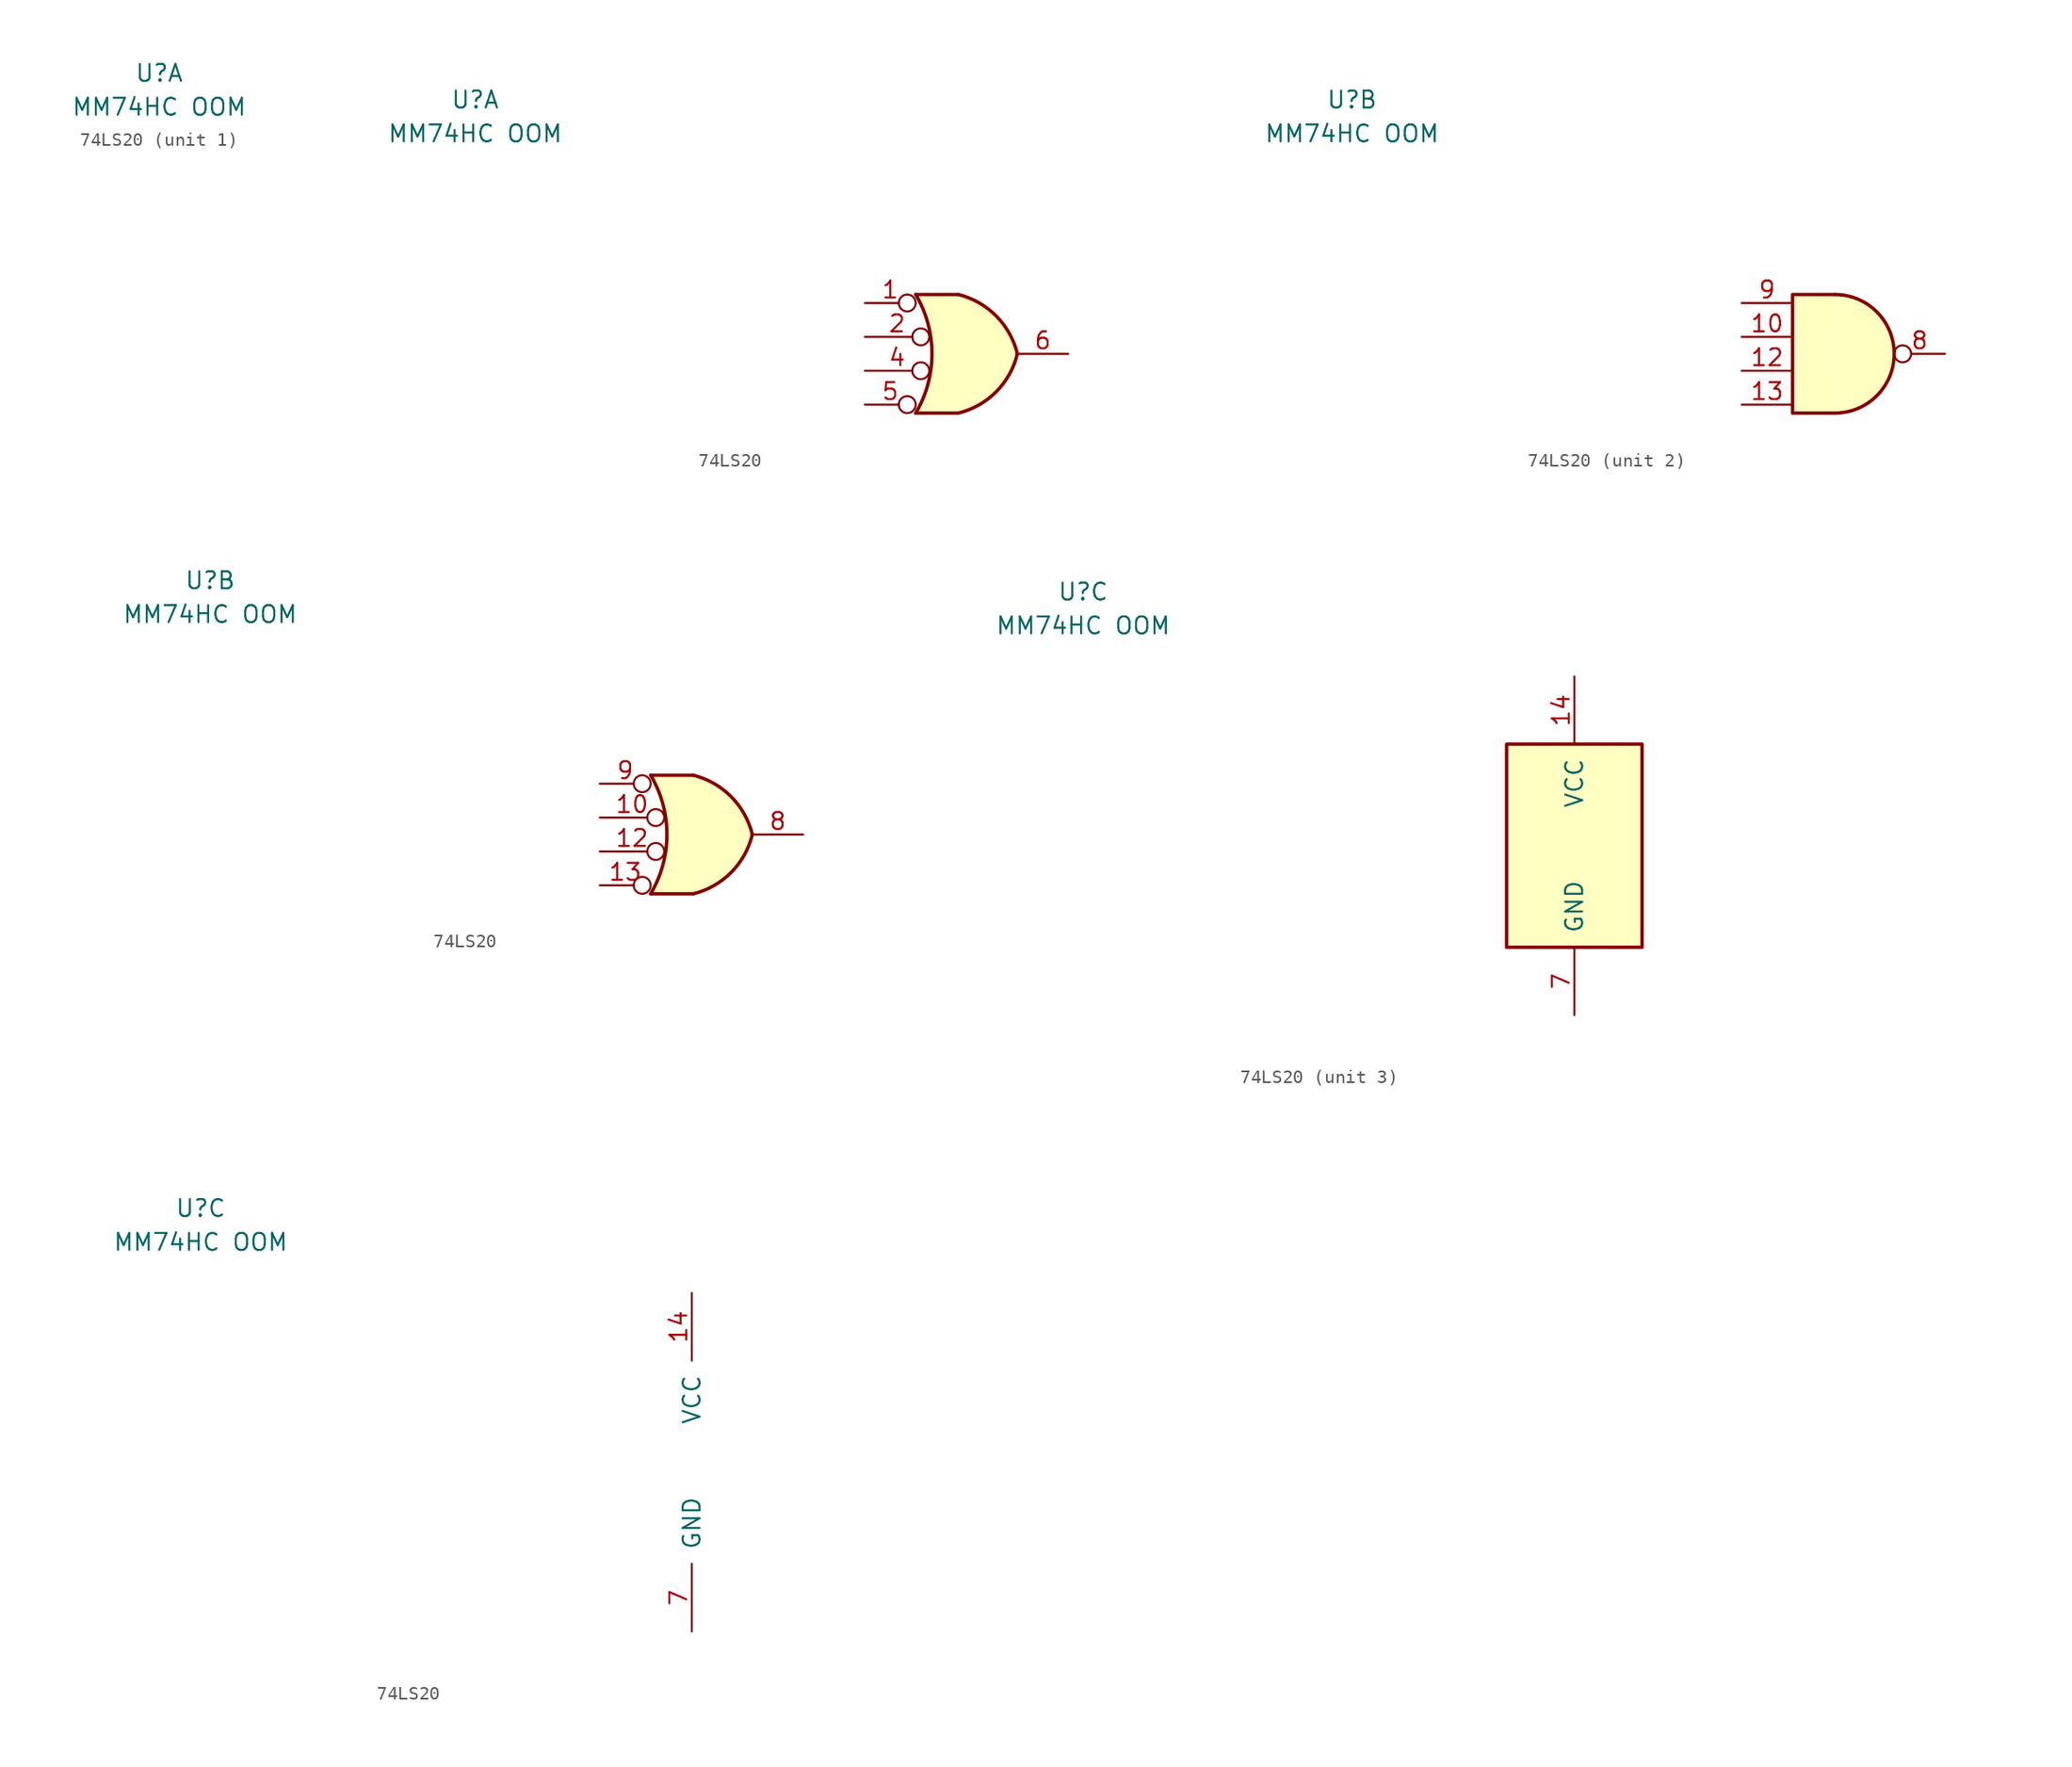
<source format=kicad_sym>
(kicad_symbol_lib
  (version 20220914)
  (generator kicad_symbol_editor)
  (symbol "74LS20"
    (pin_names
      (offset 1.016))
    (property "Reference" "U"
      (at -36.83 19.05 0)
      (effects (font (size 1.27 1.27))))
    (property "Value" "MM74HC OOM"
      (at -36.83 16.51 0)
      (effects (font (size 1.27 1.27))))
    (property "ki_locked" ""
      (at 0 0 0)
      (effects (font (size 1.27 1.27))))
    (symbol "74LS20_1_2"
      (arc (start -3.81 -4.445) (mid -2.5908 0) (end -3.81 4.445) (stroke (width 0.254) (type default)) (fill (type none)))
      (arc (start -0.6096 -4.445) (mid 2.2246 -2.8422) (end 3.81 0) (stroke (width 0.254) (type default)) (fill (type background)))
      (polyline (pts (xy -3.81 -4.445) (xy -0.635 -4.445)) (stroke (width 0.254) (type default)) (fill (type background)))
      (polyline (pts (xy -3.81 4.445) (xy -0.635 4.445)) (stroke (width 0.254) (type default)) (fill (type background)))
      (polyline (pts (xy -0.635 4.445) (xy -3.81 4.445) (xy -3.81 4.445) (xy -3.632 4.089) (xy -3.099 2.921) (xy -2.769 1.676) (xy -2.616 0.432) (xy -2.642 -0.864) (xy -2.87 -2.108) (xy -3.251 -3.327) (xy -3.81 -4.445) (xy -3.81 -4.445) (xy -0.635 -4.445)) (stroke (width -25.4) (type default)) (fill (type background)))
      (arc (start 3.81 0) (mid 2.2204 2.8379) (end -0.6096 4.445) (stroke (width 0.254) (type default)) (fill (type background)))
      (pin input inverted (at -7.62 3.81 0) (length 3.81) (name "~" (effects (font (size 1.27 1.27)))) (number "1" (effects (font (size 1.27 1.27)))))
      (pin input inverted (at -7.62 1.27 0) (length 4.826) (name "~" (effects (font (size 1.27 1.27)))) (number "2" (effects (font (size 1.27 1.27)))))
      (pin input inverted (at -7.62 -1.27 0) (length 4.826) (name "~" (effects (font (size 1.27 1.27)))) (number "4" (effects (font (size 1.27 1.27)))))
      (pin input inverted (at -7.62 -3.81 0) (length 3.81) (name "~" (effects (font (size 1.27 1.27)))) (number "5" (effects (font (size 1.27 1.27)))))
      (pin output line (at 7.62 0 180) (length 3.81) (name "~" (effects (font (size 1.27 1.27)))) (number "6" (effects (font (size 1.27 1.27))))))
    (symbol "74LS20_2_1"
      (arc (start -0.635 -4.445) (mid 3.7907 0) (end -0.635 4.445) (stroke (width 0.254) (type default)) (fill (type background)))
      (polyline (pts (xy -0.635 4.445) (xy -3.81 4.445) (xy -3.81 -4.445) (xy -0.635 -4.445)) (stroke (width 0.254) (type default)) (fill (type background)))
      (pin input line (at -7.62 1.27 0) (length 3.81) (name "~" (effects (font (size 1.27 1.27)))) (number "10" (effects (font (size 1.27 1.27)))))
      (pin input line (at -7.62 -1.27 0) (length 3.81) (name "~" (effects (font (size 1.27 1.27)))) (number "12" (effects (font (size 1.27 1.27)))))
      (pin input line (at -7.62 -3.81 0) (length 3.81) (name "~" (effects (font (size 1.27 1.27)))) (number "13" (effects (font (size 1.27 1.27)))))
      (pin output inverted (at 7.62 0 180) (length 3.81) (name "~" (effects (font (size 1.27 1.27)))) (number "8" (effects (font (size 1.27 1.27)))))
      (pin input line (at -7.62 3.81 0) (length 3.81) (name "~" (effects (font (size 1.27 1.27)))) (number "9" (effects (font (size 1.27 1.27))))))
    (symbol "74LS20_2_2"
      (arc (start -3.81 -4.445) (mid -2.5908 0) (end -3.81 4.445) (stroke (width 0.254) (type default)) (fill (type none)))
      (arc (start -0.6096 -4.445) (mid 2.2246 -2.8422) (end 3.81 0) (stroke (width 0.254) (type default)) (fill (type background)))
      (polyline (pts (xy -3.81 -4.445) (xy -0.635 -4.445)) (stroke (width 0.254) (type default)) (fill (type background)))
      (polyline (pts (xy -3.81 4.445) (xy -0.635 4.445)) (stroke (width 0.254) (type default)) (fill (type background)))
      (polyline (pts (xy -0.635 4.445) (xy -3.81 4.445) (xy -3.81 4.445) (xy -3.632 4.089) (xy -3.099 2.921) (xy -2.769 1.676) (xy -2.616 0.432) (xy -2.642 -0.864) (xy -2.87 -2.108) (xy -3.251 -3.327) (xy -3.81 -4.445) (xy -3.81 -4.445) (xy -0.635 -4.445)) (stroke (width -25.4) (type default)) (fill (type background)))
      (arc (start 3.81 0) (mid 2.2204 2.8379) (end -0.6096 4.445) (stroke (width 0.254) (type default)) (fill (type background)))
      (pin input inverted (at -7.62 1.27 0) (length 4.826) (name "~" (effects (font (size 1.27 1.27)))) (number "10" (effects (font (size 1.27 1.27)))))
      (pin input inverted (at -7.62 -1.27 0) (length 4.826) (name "~" (effects (font (size 1.27 1.27)))) (number "12" (effects (font (size 1.27 1.27)))))
      (pin input inverted (at -7.62 -3.81 0) (length 3.81) (name "~" (effects (font (size 1.27 1.27)))) (number "13" (effects (font (size 1.27 1.27)))))
      (pin output line (at 7.62 0 180) (length 3.81) (name "~" (effects (font (size 1.27 1.27)))) (number "8" (effects (font (size 1.27 1.27)))))
      (pin input inverted (at -7.62 3.81 0) (length 3.81) (name "~" (effects (font (size 1.27 1.27)))) (number "9" (effects (font (size 1.27 1.27))))))
    (symbol "74LS20_3_0"
      (pin power_in line (at 0 12.7 270) (length 5.08) (name "VCC" (effects (font (size 1.27 1.27)))) (number "14" (effects (font (size 1.27 1.27)))))
      (pin power_in line (at 0 -12.7 90) (length 5.08) (name "GND" (effects (font (size 1.27 1.27)))) (number "7" (effects (font (size 1.27 1.27))))))
    (symbol "74LS20_3_1"
      (rectangle (start -5.08 7.62) (end 5.08 -7.62) (stroke (width 0.254) (type default)) (fill (type background))))))
</source>
